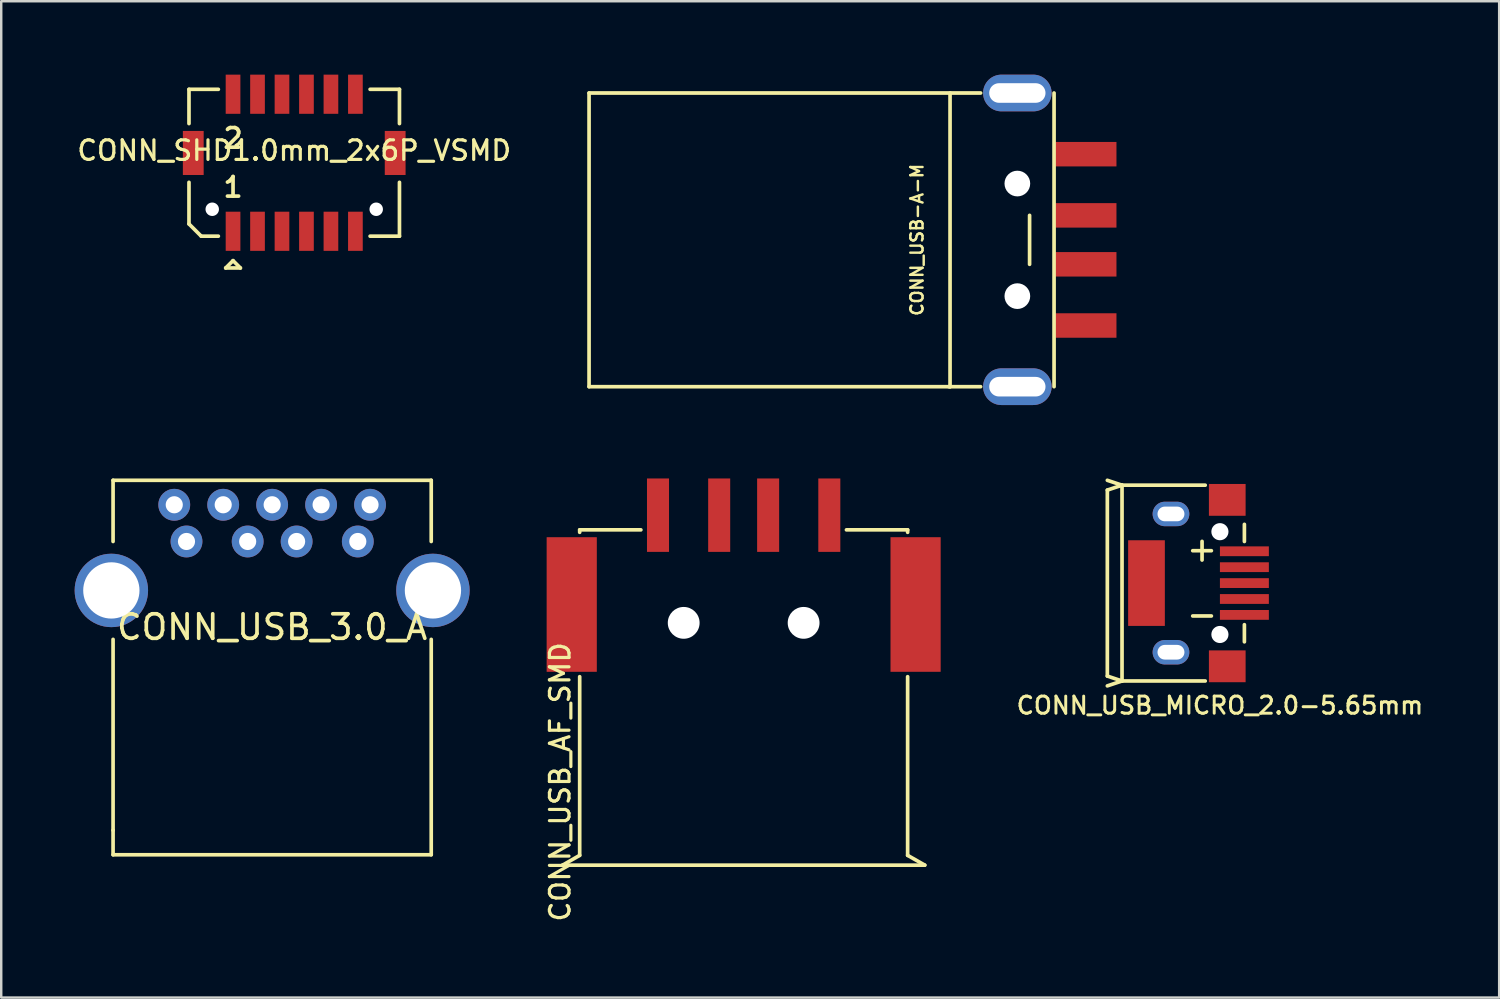
<source format=kicad_pcb>
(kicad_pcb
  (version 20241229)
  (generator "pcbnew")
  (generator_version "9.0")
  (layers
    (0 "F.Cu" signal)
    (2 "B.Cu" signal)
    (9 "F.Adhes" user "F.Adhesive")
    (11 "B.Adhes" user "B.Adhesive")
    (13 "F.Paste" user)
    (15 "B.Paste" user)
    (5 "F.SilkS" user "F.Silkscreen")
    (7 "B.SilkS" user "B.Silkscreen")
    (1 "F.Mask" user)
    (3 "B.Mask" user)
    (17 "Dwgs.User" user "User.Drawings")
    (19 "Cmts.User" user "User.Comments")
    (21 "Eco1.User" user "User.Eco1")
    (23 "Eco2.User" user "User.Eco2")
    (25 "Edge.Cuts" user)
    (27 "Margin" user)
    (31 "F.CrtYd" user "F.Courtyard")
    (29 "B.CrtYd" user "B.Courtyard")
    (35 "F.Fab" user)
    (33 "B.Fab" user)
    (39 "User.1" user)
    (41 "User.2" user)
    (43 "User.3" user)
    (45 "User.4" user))
  (footprint "CONN_SHD1.0mm_2x6P_VSMD"
    (layer "F.Cu")
    (at 8.972 3.6)
    (property "Reference" "CONN_SHD1.0mm_2x6P_VSMD" (at 0 -0.5 0) (layer "F.SilkS") (effects (font (size 0.8 0.8) (thickness 0.13))))
    (attr through_hole)
    (fp_line (start -4.3 -3) (end -3.1 -3) (stroke (width 0.15) (type solid)) (layer "F.SilkS"))
    (fp_line (start -4.3 -1.6) (end -4.3 -3) (stroke (width 0.15) (type solid)) (layer "F.SilkS"))
    (fp_line (start -4.3 2.5) (end -4.3 0.8) (stroke (width 0.15) (type solid)) (layer "F.SilkS"))
    (fp_line (start -4.3 2.5) (end -3.8 3) (stroke (width 0.15) (type solid)) (layer "F.SilkS"))
    (fp_line (start -3.1 3) (end -3.8 3) (stroke (width 0.15) (type solid)) (layer "F.SilkS"))
    (fp_line (start -2.8 4.3) (end -2.2 4.3) (stroke (width 0.15) (type solid)) (layer "F.SilkS"))
    (fp_line (start -2.5 4) (end -2.8 4.3) (stroke (width 0.15) (type solid)) (layer "F.SilkS"))
    (fp_line (start -2.2 4.3) (end -2.5 4) (stroke (width 0.15) (type solid)) (layer "F.SilkS"))
    (fp_line (start 3.1 -3) (end 4.3 -3) (stroke (width 0.15) (type solid)) (layer "F.SilkS"))
    (fp_line (start 4.3 -3) (end 4.3 -1.6) (stroke (width 0.15) (type solid)) (layer "F.SilkS"))
    (fp_line (start 4.3 0.8) (end 4.3 3) (stroke (width 0.15) (type solid)) (layer "F.SilkS"))
    (fp_line (start 4.3 3) (end 3.1 3) (stroke (width 0.15) (type solid)) (layer "F.SilkS"))
    (fp_text user "2" (at -2.5 -1 0) (layer "F.SilkS") (effects (font (size 0.8 0.8) (thickness 0.15))))
    (fp_text user "1" (at -2.5 1 0) (layer "F.SilkS") (effects (font (size 0.8 0.8) (thickness 0.15))))
    (pad "" np_thru_hole circle (at -3.35 1.9) (size 0.55 0.55) (drill 0.55) (layers "*.Cu" "*.Mask"))
    (pad "" np_thru_hole circle (at 3.35 1.9) (size 0.55 0.55) (drill 0.55) (layers "*.Cu" "*.Mask"))
    (pad "1" smd rect (at -2.5 2.8) (size 0.6 1.6) (layers "F.Cu" "F.Mask" "F.Paste"))
    (pad "2" smd rect (at -2.5 -2.8) (size 0.6 1.6) (layers "F.Cu" "F.Mask" "F.Paste"))
    (pad "3" smd rect (at -1.5 2.8) (size 0.6 1.6) (layers "F.Cu" "F.Mask" "F.Paste"))
    (pad "4" smd rect (at -1.5 -2.8) (size 0.6 1.6) (layers "F.Cu" "F.Mask" "F.Paste"))
    (pad "5" smd rect (at -0.5 2.8) (size 0.6 1.6) (layers "F.Cu" "F.Mask" "F.Paste"))
    (pad "6" smd rect (at -0.5 -2.8) (size 0.6 1.6) (layers "F.Cu" "F.Mask" "F.Paste"))
    (pad "7" smd rect (at 0.5 2.8) (size 0.6 1.6) (layers "F.Cu" "F.Mask" "F.Paste"))
    (pad "8" smd rect (at 0.5 -2.8) (size 0.6 1.6) (layers "F.Cu" "F.Mask" "F.Paste"))
    (pad "9" smd rect (at 1.5 2.8) (size 0.6 1.6) (layers "F.Cu" "F.Mask" "F.Paste"))
    (pad "10" smd rect (at 1.5 -2.8) (size 0.6 1.6) (layers "F.Cu" "F.Mask" "F.Paste"))
    (pad "11" smd rect (at 2.5 2.8) (size 0.6 1.6) (layers "F.Cu" "F.Mask" "F.Paste"))
    (pad "12" smd rect (at 2.5 -2.8) (size 0.6 1.6) (layers "F.Cu" "F.Mask" "F.Paste"))
    (pad "13" smd rect (at 4.125 -0.4) (size 0.85 1.8) (layers "F.Cu" "F.Mask" "F.Paste"))
    (pad "14" smd rect (at -4.125 -0.4) (size 0.85 1.8) (layers "F.Cu" "F.Mask" "F.Paste")))
  (footprint "CONN_USB_MICRO_2.0-5.65mm"
    (layer "F.Cu")
    (at 44.796 20.775)
    (property "Reference" "CONN_USB_MICRO_2.0-5.65mm" (at 2 5 180) (layer "F.SilkS") (effects (font (size 0.7 0.7) (thickness 0.12))))
    (attr through_hole)
    (fp_line (start -2.6 -3.8) (end -2.6 3.8) (stroke (width 0.15) (type solid)) (layer "F.SilkS"))
    (fp_line (start -2.6 -3.8) (end -2 -4) (stroke (width 0.15) (type solid)) (layer "F.SilkS"))
    (fp_line (start -2.6 3.8) (end -2 4) (stroke (width 0.15) (type solid)) (layer "F.SilkS"))
    (fp_line (start -2.6 4.2) (end -2 4) (stroke (width 0.15) (type solid)) (layer "F.SilkS"))
    (fp_line (start -2 -4) (end -2.6 -4.2) (stroke (width 0.15) (type solid)) (layer "F.SilkS"))
    (fp_line (start -2 -4) (end -2 4) (stroke (width 0.15) (type solid)) (layer "F.SilkS"))
    (fp_line (start -2 -4) (end 1.4 -4) (stroke (width 0.15) (type solid)) (layer "F.SilkS"))
    (fp_line (start -2 4) (end 1.4 4) (stroke (width 0.15) (type solid)) (layer "F.SilkS"))
    (fp_line (start 3 -2.4) (end 3 -1.7) (stroke (width 0.15) (type solid)) (layer "F.SilkS"))
    (fp_line (start 3 1.7) (end 3 2.4) (stroke (width 0.15) (type solid)) (layer "F.SilkS"))
    (fp_text user "+" (at 1.27 -1.397 0) (layer "F.SilkS") (effects (font (size 1 1) (thickness 0.15))))
    (fp_text user "-" (at 1.27 1.27 0) (layer "F.SilkS") (effects (font (size 1 1) (thickness 0.15))))
    (pad "" np_thru_hole circle (at 2 -2.1) (size 0.7 0.7) (drill 0.7) (layers "*.Cu" "*.Mask"))
    (pad "" np_thru_hole circle (at 2 2.1) (size 0.7 0.7) (drill 0.7) (layers "*.Cu" "*.Mask"))
    (pad "1" smd rect (at 3 -1.3 90) (size 0.4 2) (layers "F.Cu" "F.Mask" "F.Paste"))
    (pad "2" smd rect (at 3 -0.65 90) (size 0.4 2) (layers "F.Cu" "F.Mask" "F.Paste"))
    (pad "3" smd rect (at 3 0 90) (size 0.4 2) (layers "F.Cu" "F.Mask" "F.Paste"))
    (pad "4" smd rect (at 3 0.65 90) (size 0.4 2) (layers "F.Cu" "F.Mask" "F.Paste"))
    (pad "5" smd rect (at 3 1.3 90) (size 0.4 2) (layers "F.Cu" "F.Mask" "F.Paste"))
    (pad "6" smd rect (at -1 0 180) (size 1.5 3.5) (layers "F.Cu" "F.Mask" "F.Paste"))
    (pad "6" thru_hole oval (at 0 -2.825) (size 1.5 1) (drill oval 1.1 0.6) (layers "*.Cu" "*.Mask"))
    (pad "6" thru_hole oval (at 0 2.825) (size 1.5 1) (drill oval 1.1 0.6) (layers "*.Cu" "*.Mask"))
    (pad "6" smd rect (at 2.3 -3.4) (size 1.5 1.3) (layers "F.Cu" "F.Mask" "F.Paste"))
    (pad "6" smd rect (at 2.3 3.4) (size 1.5 1.3) (layers "F.Cu" "F.Mask" "F.Paste")))
  (footprint "CONN_USB_3.0_A"
    (layer "F.Cu")
    (at 8.07 21.075)
    (property "Reference" "CONN_USB_3.0_A" (at 0 1.5 0) (layer "F.SilkS") (effects (font (size 1 1) (thickness 0.15))))
    (attr through_hole)
    (fp_line (start -6.5 -4.5) (end 6.5 -4.5) (stroke (width 0.15) (type solid)) (layer "F.SilkS"))
    (fp_line (start -6.5 -2) (end -6.5 -4.5) (stroke (width 0.15) (type solid)) (layer "F.SilkS"))
    (fp_line (start -6.5 2) (end -6.5 9.8) (stroke (width 0.15) (type solid)) (layer "F.SilkS"))
    (fp_line (start -6.5 9.8) (end -6.5 10.8) (stroke (width 0.15) (type solid)) (layer "F.SilkS"))
    (fp_line (start -6.5 10.8) (end 6.5 10.8) (stroke (width 0.15) (type solid)) (layer "F.SilkS"))
    (fp_line (start 6.5 -4.5) (end 6.5 -2) (stroke (width 0.15) (type solid)) (layer "F.SilkS"))
    (fp_line (start 6.5 10.8) (end 6.5 2) (stroke (width 0.15) (type solid)) (layer "F.SilkS"))
    (pad "1" thru_hole circle (at -3.5 -2) (size 1.3 1.3) (drill 0.7) (layers "*.Cu" "*.Mask"))
    (pad "2" thru_hole circle (at -1 -2) (size 1.3 1.3) (drill 0.7) (layers "*.Cu" "*.Mask"))
    (pad "3" thru_hole circle (at 1 -2) (size 1.3 1.3) (drill 0.7) (layers "*.Cu" "*.Mask"))
    (pad "4" thru_hole circle (at 3.5 -2) (size 1.3 1.3) (drill 0.7) (layers "*.Cu" "*.Mask"))
    (pad "5" thru_hole circle (at 4 -3.5) (size 1.3 1.3) (drill 0.7) (layers "*.Cu" "*.Mask"))
    (pad "6" thru_hole circle (at 2 -3.5) (size 1.3 1.3) (drill 0.7) (layers "*.Cu" "*.Mask"))
    (pad "7" thru_hole circle (at 0 -3.5) (size 1.3 1.3) (drill 0.7) (layers "*.Cu" "*.Mask"))
    (pad "8" thru_hole circle (at -2 -3.5) (size 1.3 1.3) (drill 0.7) (layers "*.Cu" "*.Mask"))
    (pad "9" thru_hole circle (at -4 -3.5) (size 1.3 1.3) (drill 0.7) (layers "*.Cu" "*.Mask"))
    (pad "10" thru_hole circle (at -6.57 0) (size 3 3) (drill 2.3) (layers "*.Cu" "*.Mask"))
    (pad "10" thru_hole circle (at 6.57 0) (size 3 3) (drill 2.3) (layers "*.Cu" "*.Mask")))
  (footprint "CONN_USB-A-M"
    (layer "F.Cu")
    (at 38.519 6.75)
    (property "Reference" "CONN_USB-A-M" (at -4.1 0 90) (layer "F.SilkS") (effects (font (size 0.5 0.5) (thickness 0.1))))
    (attr through_hole)
    (fp_line (start -17.5 -6) (end -17.5 6) (stroke (width 0.15) (type solid)) (layer "F.SilkS"))
    (fp_line (start -17.5 6) (end -2.75 6) (stroke (width 0.15) (type solid)) (layer "F.SilkS"))
    (fp_line (start -2.8 6) (end -1.5 6) (stroke (width 0.15) (type solid)) (layer "F.SilkS"))
    (fp_line (start -2.75 -6) (end -17.5 -6) (stroke (width 0.15) (type solid)) (layer "F.SilkS"))
    (fp_line (start -2.75 6) (end -2.75 -6) (stroke (width 0.15) (type solid)) (layer "F.SilkS"))
    (fp_line (start -2.7 -6) (end -1.5 -6) (stroke (width 0.15) (type solid)) (layer "F.SilkS"))
    (fp_line (start 0.5 -1) (end 0.5 1) (stroke (width 0.15) (type solid)) (layer "F.SilkS"))
    (fp_line (start 1.5 -6) (end 1.5 6) (stroke (width 0.15) (type solid)) (layer "F.SilkS"))
    (pad "" np_thru_hole circle (at 0 -2.3) (size 1.05 1.05) (drill 1.05) (layers "*.Cu" "*.Mask"))
    (pad "" np_thru_hole circle (at 0 2.3) (size 1.05 1.05) (drill 1.05) (layers "*.Cu" "*.Mask"))
    (pad "1" smd rect (at 2.8 3.5) (size 2.5 1) (layers "F.Cu" "F.Mask" "F.Paste"))
    (pad "2" smd rect (at 2.8 1) (size 2.5 1) (layers "F.Cu" "F.Mask" "F.Paste"))
    (pad "3" smd rect (at 2.8 -1) (size 2.5 1) (layers "F.Cu" "F.Mask" "F.Paste"))
    (pad "4" smd rect (at 2.8 -3.5) (size 2.5 1) (layers "F.Cu" "F.Mask" "F.Paste"))
    (pad "5" thru_hole oval (at 0 -6) (size 2.8 1.5) (drill oval 2.3 0.8) (layers "*.Cu" "*.Mask"))
    (pad "5" thru_hole oval (at 0 6) (size 2.8 1.5) (drill oval 2.3 0.8) (layers "*.Cu" "*.Mask")))
  (footprint "CONN_USB_AF_SMD"
    (layer "F.Cu")
    (at 27.336 22.4)
    (property "Reference" "CONN_USB_AF_SMD" (at -7.5 6.5 90) (layer "F.SilkS") (effects (font (size 0.8 0.8) (thickness 0.13))))
    (attr through_hole)
    (fp_line (start -7.4 9.9) (end 7.4 9.9) (stroke (width 0.15) (type solid)) (layer "F.SilkS"))
    (fp_line (start -6.7 -3.8) (end -6.7 -3.7) (stroke (width 0.15) (type solid)) (layer "F.SilkS"))
    (fp_line (start -6.7 -3.8) (end -4.2 -3.8) (stroke (width 0.15) (type solid)) (layer "F.SilkS"))
    (fp_line (start -6.7 9.5) (end -7.4 9.9) (stroke (width 0.15) (type solid)) (layer "F.SilkS"))
    (fp_line (start -6.7 9.5) (end -6.7 2.2) (stroke (width 0.15) (type solid)) (layer "F.SilkS"))
    (fp_line (start 4.2 -3.8) (end 6.7 -3.8) (stroke (width 0.15) (type solid)) (layer "F.SilkS"))
    (fp_line (start 6.7 -3.8) (end 6.7 -3.7) (stroke (width 0.15) (type solid)) (layer "F.SilkS"))
    (fp_line (start 6.7 2.2) (end 6.7 9.5) (stroke (width 0.15) (type solid)) (layer "F.SilkS"))
    (fp_line (start 6.7 9.5) (end 7.4 9.9) (stroke (width 0.15) (type solid)) (layer "F.SilkS"))
    (pad "" np_thru_hole circle (at -2.45 0) (size 1.3 1.3) (drill 1.3) (layers "*.Cu" "*.Mask"))
    (pad "" np_thru_hole circle (at 2.45 0) (size 1.3 1.3) (drill 1.3) (layers "*.Cu" "*.Mask"))
    (pad "1" smd rect (at -3.5 -4.4) (size 0.9 3) (layers "F.Cu" "F.Mask" "F.Paste"))
    (pad "2" smd rect (at -1 -4.4) (size 0.9 3) (layers "F.Cu" "F.Mask" "F.Paste"))
    (pad "3" smd rect (at 1 -4.4) (size 0.9 3) (layers "F.Cu" "F.Mask" "F.Paste"))
    (pad "4" smd rect (at 3.5 -4.4) (size 0.9 3) (layers "F.Cu" "F.Mask" "F.Paste"))
    (pad "5" smd rect (at -7.025 -0.75) (size 2.05 5.5) (layers "F.Cu" "F.Mask" "F.Paste"))
    (pad "5" smd rect (at 7.025 -0.75) (size 2.05 5.5) (layers "F.Cu" "F.Mask" "F.Paste")))
  (gr_rect
    (start -3 -3)
    (end 58.206 37.71)
    (stroke (width 0.1) (type default))
    (fill no)
    (layer "Edge.Cuts")))
</source>
